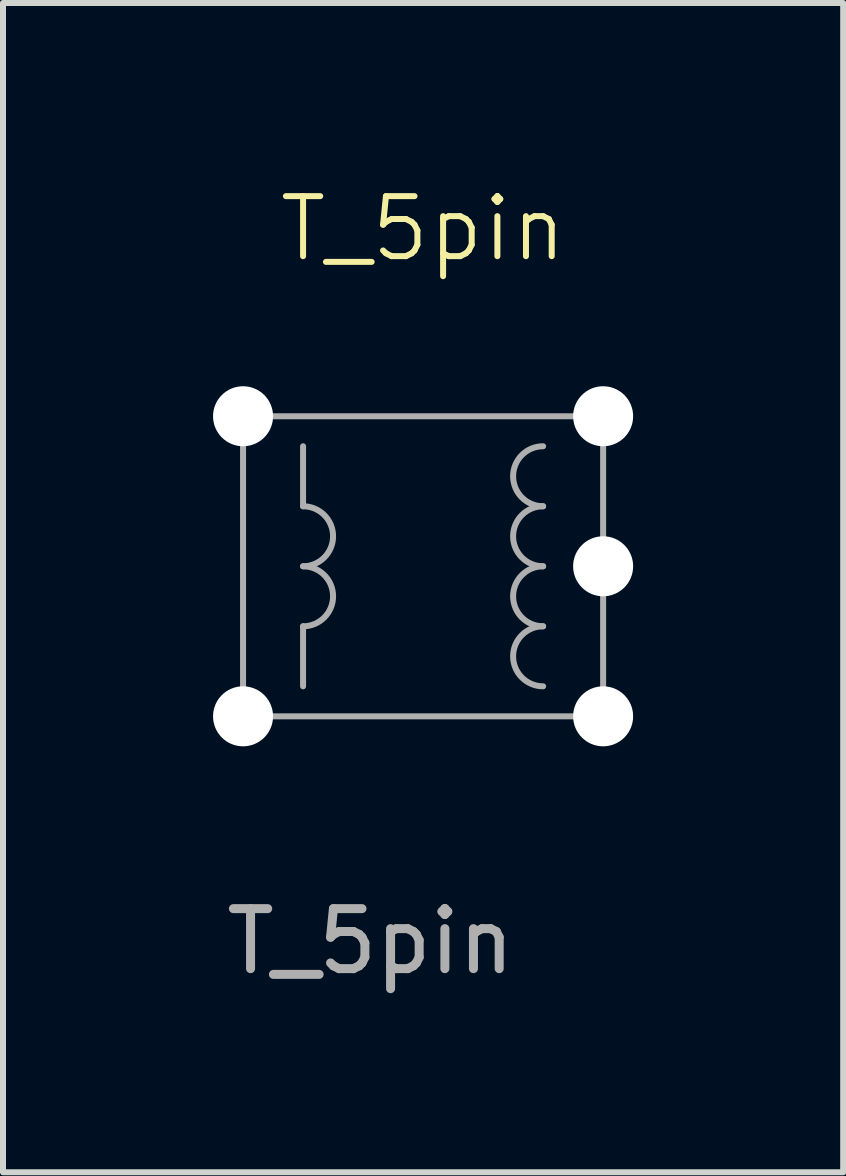
<source format=kicad_pcb>
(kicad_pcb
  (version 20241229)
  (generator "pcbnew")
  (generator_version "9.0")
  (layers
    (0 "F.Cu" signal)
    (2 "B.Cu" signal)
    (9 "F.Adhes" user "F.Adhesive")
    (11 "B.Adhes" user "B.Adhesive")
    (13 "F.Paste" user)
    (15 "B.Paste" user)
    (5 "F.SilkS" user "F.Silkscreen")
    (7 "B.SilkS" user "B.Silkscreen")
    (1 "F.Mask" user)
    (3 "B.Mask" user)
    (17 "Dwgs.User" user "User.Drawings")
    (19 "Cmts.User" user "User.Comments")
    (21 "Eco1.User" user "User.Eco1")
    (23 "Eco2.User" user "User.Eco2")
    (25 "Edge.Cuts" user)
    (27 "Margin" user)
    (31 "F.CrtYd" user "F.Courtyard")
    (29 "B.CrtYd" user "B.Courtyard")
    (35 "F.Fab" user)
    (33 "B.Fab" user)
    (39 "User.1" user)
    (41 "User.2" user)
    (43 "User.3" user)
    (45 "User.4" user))
  (footprint "T_5pin"
    (layer "F.Cu")
    (at 1 8.886)
    (property "Reference" "T_5pin" (at 3 -8.125 0) (unlocked yes) (layer "F.SilkS") (effects (font (size 1 1) (thickness 0.1))))
    (attr through_hole)
    (fp_line (start 1 -3.5) (end 1 -4.5) (stroke (width 0.1) (type default)) (layer "F.Fab"))
    (fp_line (start 1 -1.5) (end 1 -0.5) (stroke (width 0.1) (type default)) (layer "F.Fab"))
    (fp_rect (start 0 -5) (end 6 0) (stroke (width 0.1) (type default)) (fill no) (layer "F.Fab"))
    (fp_arc (start 1 -3.5) (mid 1.5 -3) (end 1 -2.5) (stroke (width 0.1) (type default)) (layer "F.Fab"))
    (fp_arc (start 1 -2.5) (mid 1.5 -2) (end 1 -1.5) (stroke (width 0.1) (type default)) (layer "F.Fab"))
    (fp_arc (start 5 -3.5) (mid 4.5 -4) (end 5 -4.5) (stroke (width 0.1) (type default)) (layer "F.Fab"))
    (fp_arc (start 5 -2.5) (mid 4.5 -3) (end 5 -3.5) (stroke (width 0.1) (type default)) (layer "F.Fab"))
    (fp_arc (start 5 -1.5) (mid 4.5 -2) (end 5 -2.5) (stroke (width 0.1) (type default)) (layer "F.Fab"))
    (fp_arc (start 5 -0.5) (mid 4.5 -1) (end 5 -1.5) (stroke (width 0.1) (type default)) (layer "F.Fab"))
    (fp_text user "${REFERENCE}" (at 2.125 3.75 0) (unlocked yes) (layer "F.Fab") (effects (font (size 1 1) (thickness 0.15))))
    (pad "1" thru_hole circle (at 0 0) (size 2 2) (drill 1) (layers "*.Cu" "B.Mask") (remove_unused_layers yes) (zone_layer_connections))
    (pad "2" thru_hole circle (at 0 -5) (size 2 2) (drill 1) (layers "*.Cu" "B.Mask") (remove_unused_layers yes) (zone_layer_connections))
    (pad "3" thru_hole circle (at 6 -5) (size 2 2) (drill 1) (layers "*.Cu" "B.Mask") (remove_unused_layers yes) (zone_layer_connections))
    (pad "4" thru_hole circle (at 6 -2.5) (size 2 2) (drill 1) (layers "*.Cu" "B.Mask") (remove_unused_layers yes) (zone_layer_connections))
    (pad "5" thru_hole circle (at 6 0) (size 2 2) (drill 1) (layers "*.Cu" "B.Mask") (remove_unused_layers yes) (zone_layer_connections)))
  (gr_rect
    (start -3 -3)
    (end 11 16.484)
    (stroke (width 0.1) (type default))
    (fill no)
    (layer "Edge.Cuts")))
</source>
